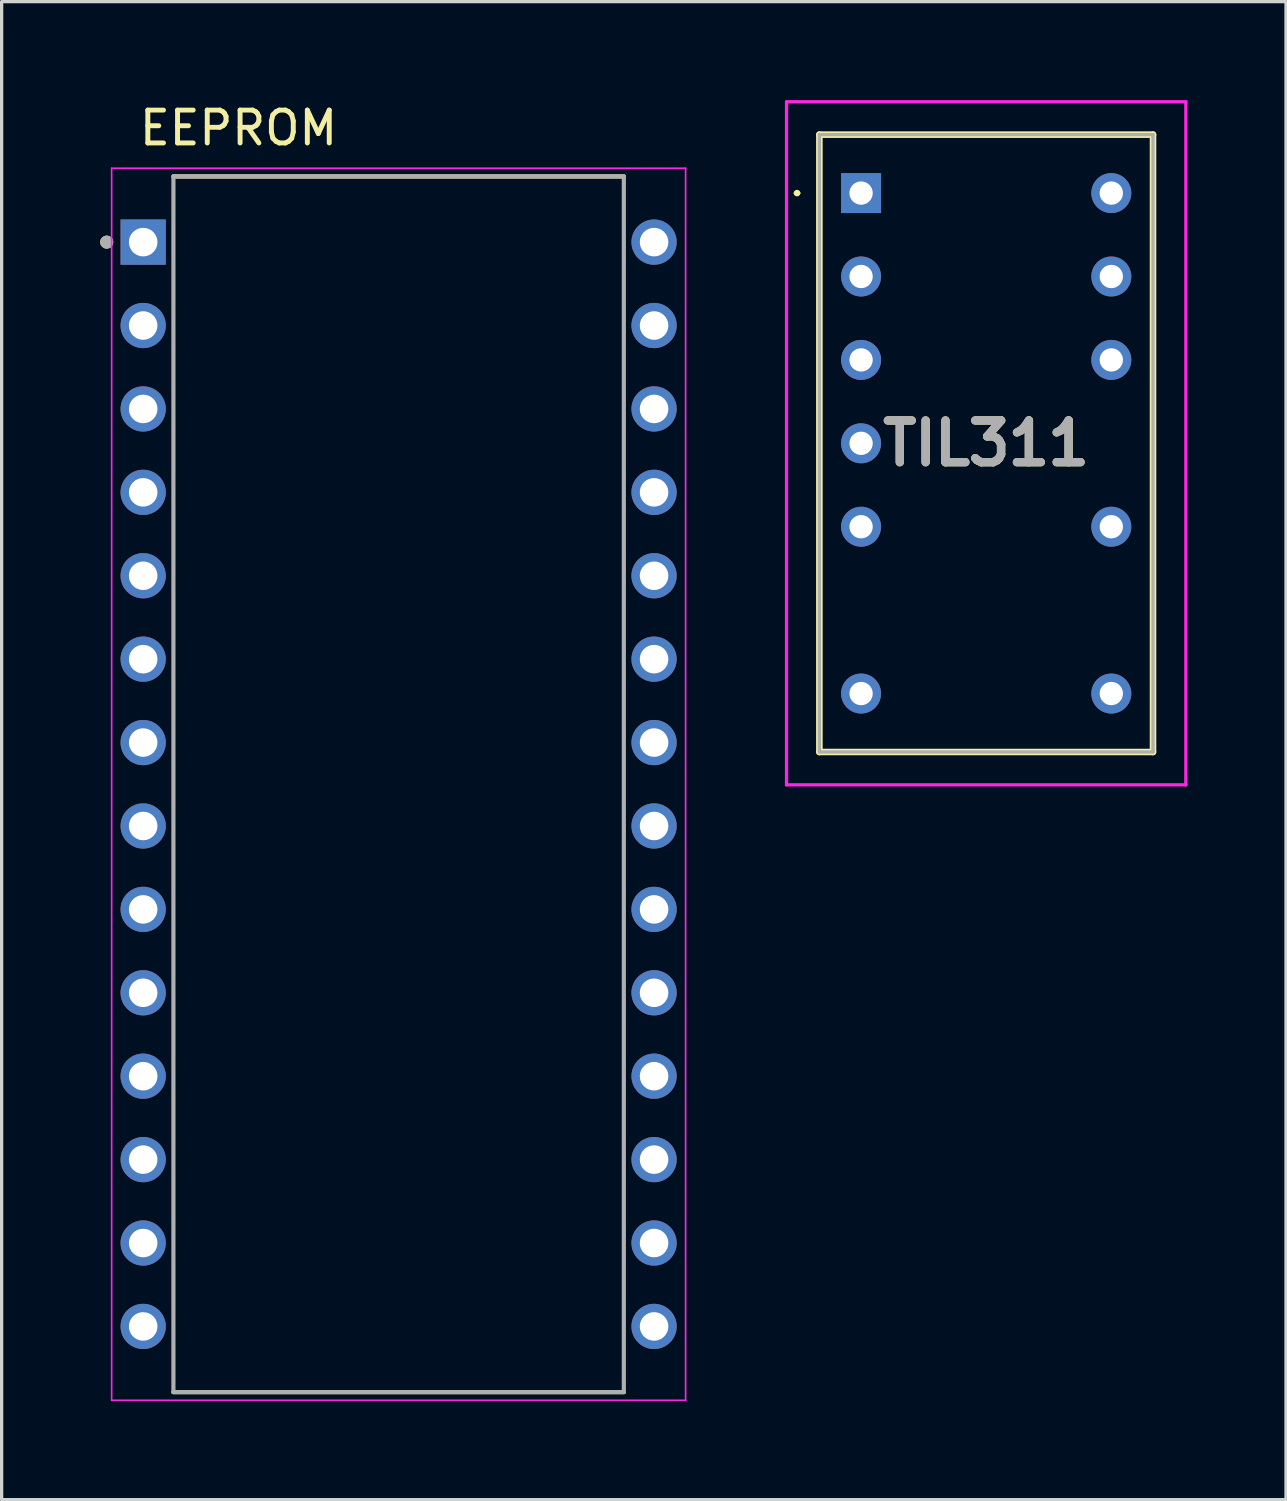
<source format=kicad_pcb>
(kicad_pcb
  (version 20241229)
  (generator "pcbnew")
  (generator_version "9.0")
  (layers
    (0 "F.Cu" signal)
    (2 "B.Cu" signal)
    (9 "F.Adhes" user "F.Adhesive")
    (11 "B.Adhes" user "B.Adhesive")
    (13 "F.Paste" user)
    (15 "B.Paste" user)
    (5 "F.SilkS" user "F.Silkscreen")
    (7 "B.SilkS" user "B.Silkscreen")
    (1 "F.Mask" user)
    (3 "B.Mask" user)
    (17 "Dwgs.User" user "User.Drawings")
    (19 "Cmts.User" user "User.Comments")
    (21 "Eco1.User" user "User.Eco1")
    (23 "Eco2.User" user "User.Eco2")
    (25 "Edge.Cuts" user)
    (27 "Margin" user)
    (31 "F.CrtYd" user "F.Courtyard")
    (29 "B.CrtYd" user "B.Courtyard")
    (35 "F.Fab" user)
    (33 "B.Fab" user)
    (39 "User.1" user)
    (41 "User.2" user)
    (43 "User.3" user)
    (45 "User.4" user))
  (footprint "TIL311"
    (layer "F.Cu")
    (at 23.172 2.83)
    (property "Reference" "TIL311" (at 3.81 7.62 0) (layer "F.SilkS") (effects (font (size 1.27 1.27) (thickness 0.254))))
    (attr through_hole)
    (fp_line (start -2 0) (end -2 0) (stroke (width 0.1) (type solid)) (layer "F.SilkS"))
    (fp_line (start -1.9 0) (end -1.9 0) (stroke (width 0.1) (type solid)) (layer "F.SilkS"))
    (fp_line (start -1.27 -1.78) (end 8.89 -1.78) (stroke (width 0.2) (type solid)) (layer "F.SilkS"))
    (fp_line (start -1.27 17.02) (end -1.27 -1.78) (stroke (width 0.2) (type solid)) (layer "F.SilkS"))
    (fp_line (start 8.89 -1.78) (end 8.89 17.02) (stroke (width 0.2) (type solid)) (layer "F.SilkS"))
    (fp_line (start 8.89 17.02) (end -1.27 17.02) (stroke (width 0.2) (type solid)) (layer "F.SilkS"))
    (fp_arc (start -2 0) (mid -1.95 -0.05) (end -1.9 0) (stroke (width 0.1) (type solid)) (layer "F.SilkS"))
    (fp_arc (start -1.9 0) (mid -1.95 0.05) (end -2 0) (stroke (width 0.1) (type solid)) (layer "F.SilkS"))
    (fp_line (start -2.27 -2.78) (end 9.89 -2.78) (stroke (width 0.1) (type solid)) (layer "F.CrtYd"))
    (fp_line (start -2.27 18.02) (end -2.27 -2.78) (stroke (width 0.1) (type solid)) (layer "F.CrtYd"))
    (fp_line (start 9.89 -2.78) (end 9.89 18.02) (stroke (width 0.1) (type solid)) (layer "F.CrtYd"))
    (fp_line (start 9.89 18.02) (end -2.27 18.02) (stroke (width 0.1) (type solid)) (layer "F.CrtYd"))
    (fp_line (start -1.27 -1.78) (end 8.89 -1.78) (stroke (width 0.1) (type solid)) (layer "F.Fab"))
    (fp_line (start -1.27 17.02) (end -1.27 -1.78) (stroke (width 0.1) (type solid)) (layer "F.Fab"))
    (fp_line (start 8.89 -1.78) (end 8.89 17.02) (stroke (width 0.1) (type solid)) (layer "F.Fab"))
    (fp_line (start 8.89 17.02) (end -1.27 17.02) (stroke (width 0.1) (type solid)) (layer "F.Fab"))
    (fp_text user "${REFERENCE}" (at 3.81 7.62 0) (layer "F.Fab") (effects (font (size 1.27 1.27) (thickness 0.254))))
    (pad "1" thru_hole rect (at 0 0) (size 1.217 1.217) (drill 0.71) (layers "*.Cu" "*.Mask"))
    (pad "2" thru_hole circle (at 0 2.54) (size 1.217 1.217) (drill 0.71) (layers "*.Cu" "*.Mask"))
    (pad "3" thru_hole circle (at 0 5.08) (size 1.217 1.217) (drill 0.71) (layers "*.Cu" "*.Mask"))
    (pad "4" thru_hole circle (at 0 7.62) (size 1.217 1.217) (drill 0.71) (layers "*.Cu" "*.Mask"))
    (pad "5" thru_hole circle (at 0 10.16) (size 1.217 1.217) (drill 0.71) (layers "*.Cu" "*.Mask"))
    (pad "7" thru_hole circle (at 0 15.24) (size 1.217 1.217) (drill 0.71) (layers "*.Cu" "*.Mask"))
    (pad "8" thru_hole circle (at 7.62 15.24) (size 1.217 1.217) (drill 0.71) (layers "*.Cu" "*.Mask"))
    (pad "10" thru_hole circle (at 7.62 10.16) (size 1.217 1.217) (drill 0.71) (layers "*.Cu" "*.Mask"))
    (pad "12" thru_hole circle (at 7.62 5.08) (size 1.217 1.217) (drill 0.71) (layers "*.Cu" "*.Mask"))
    (pad "13" thru_hole circle (at 7.62 2.54) (size 1.217 1.217) (drill 0.71) (layers "*.Cu" "*.Mask"))
    (pad "14" thru_hole circle (at 7.62 0) (size 1.217 1.217) (drill 0.71) (layers "*.Cu" "*.Mask")))
  (footprint "EEPROM"
    (layer "F.Cu")
    (at 9.089 20.833)
    (property "Reference" "EEPROM" (at -4.875 -19.985 0) (layer "F.SilkS") (effects (font (size 1 1) (thickness 0.15))))
    (attr through_hole)
    (fp_line (start -6.858 -18.51) (end 6.858 -18.51) (stroke (width 0.127) (type solid)) (layer "F.SilkS"))
    (fp_line (start -6.858 18.51) (end 6.858 18.51) (stroke (width 0.127) (type solid)) (layer "F.SilkS"))
    (fp_circle (center -8.889 -16.51) (end -8.789 -16.51) (stroke (width 0.2) (type solid)) (fill no) (layer "F.SilkS"))
    (fp_line (start -8.739 -18.76) (end -8.739 18.76) (stroke (width 0.05) (type solid)) (layer "F.CrtYd"))
    (fp_line (start 8.739 -18.76) (end -8.739 -18.76) (stroke (width 0.05) (type solid)) (layer "F.CrtYd"))
    (fp_line (start 8.739 -18.76) (end 8.739 18.76) (stroke (width 0.05) (type solid)) (layer "F.CrtYd"))
    (fp_line (start 8.739 18.76) (end -8.739 18.76) (stroke (width 0.05) (type solid)) (layer "F.CrtYd"))
    (fp_line (start -6.858 -18.51) (end -6.858 18.51) (stroke (width 0.127) (type solid)) (layer "F.Fab"))
    (fp_line (start -6.858 -18.51) (end 6.858 -18.51) (stroke (width 0.127) (type solid)) (layer "F.Fab"))
    (fp_line (start -6.858 18.51) (end 6.858 18.51) (stroke (width 0.127) (type solid)) (layer "F.Fab"))
    (fp_line (start 6.858 -18.51) (end 6.858 18.51) (stroke (width 0.127) (type solid)) (layer "F.Fab"))
    (fp_circle (center -8.889 -16.51) (end -8.789 -16.51) (stroke (width 0.2) (type solid)) (fill no) (layer "F.Fab"))
    (pad "1" thru_hole rect (at -7.779 -16.51) (size 1.378 1.378) (drill 0.87) (layers "*.Cu" "*.Mask"))
    (pad "2" thru_hole circle (at -7.779 -13.97) (size 1.378 1.378) (drill 0.87) (layers "*.Cu" "*.Mask"))
    (pad "3" thru_hole circle (at -7.779 -11.43) (size 1.378 1.378) (drill 0.87) (layers "*.Cu" "*.Mask"))
    (pad "4" thru_hole circle (at -7.779 -8.89) (size 1.378 1.378) (drill 0.87) (layers "*.Cu" "*.Mask"))
    (pad "5" thru_hole circle (at -7.779 -6.35) (size 1.378 1.378) (drill 0.87) (layers "*.Cu" "*.Mask"))
    (pad "6" thru_hole circle (at -7.779 -3.81) (size 1.378 1.378) (drill 0.87) (layers "*.Cu" "*.Mask"))
    (pad "7" thru_hole circle (at -7.779 -1.27) (size 1.378 1.378) (drill 0.87) (layers "*.Cu" "*.Mask"))
    (pad "8" thru_hole circle (at -7.779 1.27) (size 1.378 1.378) (drill 0.87) (layers "*.Cu" "*.Mask"))
    (pad "9" thru_hole circle (at -7.779 3.81) (size 1.378 1.378) (drill 0.87) (layers "*.Cu" "*.Mask"))
    (pad "10" thru_hole circle (at -7.779 6.35) (size 1.378 1.378) (drill 0.87) (layers "*.Cu" "*.Mask"))
    (pad "11" thru_hole circle (at -7.779 8.89) (size 1.378 1.378) (drill 0.87) (layers "*.Cu" "*.Mask"))
    (pad "12" thru_hole circle (at -7.779 11.43) (size 1.378 1.378) (drill 0.87) (layers "*.Cu" "*.Mask"))
    (pad "13" thru_hole circle (at -7.779 13.97) (size 1.378 1.378) (drill 0.87) (layers "*.Cu" "*.Mask"))
    (pad "14" thru_hole circle (at -7.779 16.51) (size 1.378 1.378) (drill 0.87) (layers "*.Cu" "*.Mask"))
    (pad "15" thru_hole circle (at 7.779 16.51) (size 1.378 1.378) (drill 0.87) (layers "*.Cu" "*.Mask"))
    (pad "16" thru_hole circle (at 7.779 13.97) (size 1.378 1.378) (drill 0.87) (layers "*.Cu" "*.Mask"))
    (pad "17" thru_hole circle (at 7.779 11.43) (size 1.378 1.378) (drill 0.87) (layers "*.Cu" "*.Mask"))
    (pad "18" thru_hole circle (at 7.779 8.89) (size 1.378 1.378) (drill 0.87) (layers "*.Cu" "*.Mask"))
    (pad "19" thru_hole circle (at 7.779 6.35) (size 1.378 1.378) (drill 0.87) (layers "*.Cu" "*.Mask"))
    (pad "20" thru_hole circle (at 7.779 3.81) (size 1.378 1.378) (drill 0.87) (layers "*.Cu" "*.Mask"))
    (pad "21" thru_hole circle (at 7.779 1.27) (size 1.378 1.378) (drill 0.87) (layers "*.Cu" "*.Mask"))
    (pad "22" thru_hole circle (at 7.779 -1.27) (size 1.378 1.378) (drill 0.87) (layers "*.Cu" "*.Mask"))
    (pad "23" thru_hole circle (at 7.779 -3.81) (size 1.378 1.378) (drill 0.87) (layers "*.Cu" "*.Mask"))
    (pad "24" thru_hole circle (at 7.779 -6.35) (size 1.378 1.378) (drill 0.87) (layers "*.Cu" "*.Mask"))
    (pad "25" thru_hole circle (at 7.779 -8.89) (size 1.378 1.378) (drill 0.87) (layers "*.Cu" "*.Mask"))
    (pad "26" thru_hole circle (at 7.779 -11.43) (size 1.378 1.378) (drill 0.87) (layers "*.Cu" "*.Mask"))
    (pad "27" thru_hole circle (at 7.779 -13.97) (size 1.378 1.378) (drill 0.87) (layers "*.Cu" "*.Mask"))
    (pad "28" thru_hole circle (at 7.779 -16.51) (size 1.378 1.378) (drill 0.87) (layers "*.Cu" "*.Mask")))
  (gr_rect
    (start -3 -3)
    (end 36.112 42.618)
    (stroke (width 0.1) (type default))
    (fill no)
    (layer "Edge.Cuts")))
</source>
